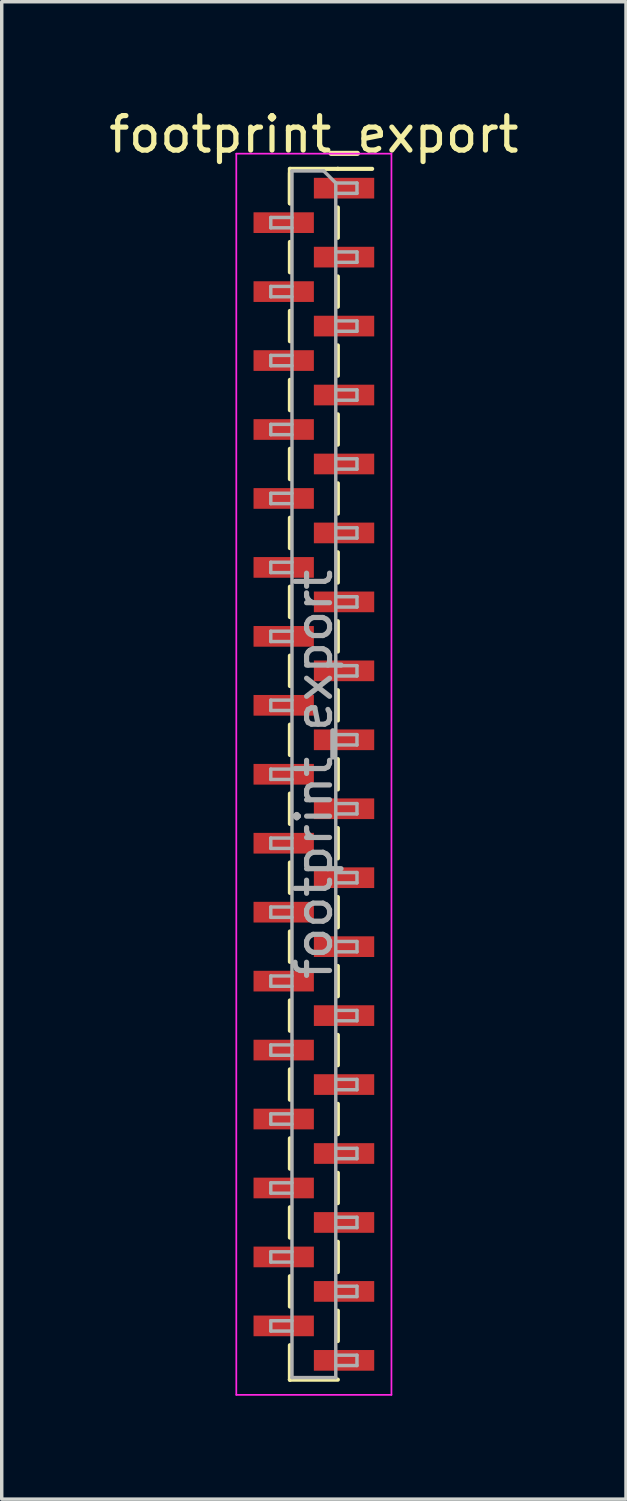
<source format=kicad_pcb>
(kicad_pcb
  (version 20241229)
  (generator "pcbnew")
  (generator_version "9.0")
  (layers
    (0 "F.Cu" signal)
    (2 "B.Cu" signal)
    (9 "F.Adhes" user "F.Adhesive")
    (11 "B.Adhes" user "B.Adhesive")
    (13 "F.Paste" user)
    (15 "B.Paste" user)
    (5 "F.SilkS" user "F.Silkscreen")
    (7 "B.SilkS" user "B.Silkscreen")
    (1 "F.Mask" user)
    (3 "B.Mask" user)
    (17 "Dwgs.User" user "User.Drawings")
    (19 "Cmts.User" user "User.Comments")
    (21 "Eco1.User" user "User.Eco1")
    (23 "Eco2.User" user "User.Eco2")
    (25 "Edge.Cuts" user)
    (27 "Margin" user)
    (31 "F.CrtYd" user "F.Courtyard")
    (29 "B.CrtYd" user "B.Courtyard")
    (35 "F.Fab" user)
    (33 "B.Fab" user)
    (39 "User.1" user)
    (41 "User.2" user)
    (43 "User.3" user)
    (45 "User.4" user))
  (footprint "footprint_export"
    (layer "F.Cu")
    (at 6.054 19.408)
    (property "Reference" "footprint_export" (at 0 -18.56 0) (layer "F.SilkS") (effects (font (size 1 1) (thickness 0.15))))
    (attr smd)
    (fp_line (start -0.695 -17.56) (end -0.695 -16.56) (stroke (width 0.12) (type solid)) (layer "F.SilkS"))
    (fp_line (start -0.695 -17.56) (end 0.695 -17.56) (stroke (width 0.12) (type solid)) (layer "F.SilkS"))
    (fp_line (start -0.695 -17.44) (end -0.695 -16.56) (stroke (width 0.12) (type solid)) (layer "F.SilkS"))
    (fp_line (start -0.695 -15.44) (end -0.695 -14.56) (stroke (width 0.12) (type solid)) (layer "F.SilkS"))
    (fp_line (start -0.695 -13.44) (end -0.695 -12.56) (stroke (width 0.12) (type solid)) (layer "F.SilkS"))
    (fp_line (start -0.695 -11.44) (end -0.695 -10.56) (stroke (width 0.12) (type solid)) (layer "F.SilkS"))
    (fp_line (start -0.695 -9.44) (end -0.695 -8.56) (stroke (width 0.12) (type solid)) (layer "F.SilkS"))
    (fp_line (start -0.695 -7.44) (end -0.695 -6.56) (stroke (width 0.12) (type solid)) (layer "F.SilkS"))
    (fp_line (start -0.695 -5.44) (end -0.695 -4.56) (stroke (width 0.12) (type solid)) (layer "F.SilkS"))
    (fp_line (start -0.695 -3.44) (end -0.695 -2.56) (stroke (width 0.12) (type solid)) (layer "F.SilkS"))
    (fp_line (start -0.695 -1.44) (end -0.695 -0.56) (stroke (width 0.12) (type solid)) (layer "F.SilkS"))
    (fp_line (start -0.695 0.56) (end -0.695 1.44) (stroke (width 0.12) (type solid)) (layer "F.SilkS"))
    (fp_line (start -0.695 2.56) (end -0.695 3.44) (stroke (width 0.12) (type solid)) (layer "F.SilkS"))
    (fp_line (start -0.695 4.56) (end -0.695 5.44) (stroke (width 0.12) (type solid)) (layer "F.SilkS"))
    (fp_line (start -0.695 6.56) (end -0.695 7.44) (stroke (width 0.12) (type solid)) (layer "F.SilkS"))
    (fp_line (start -0.695 8.56) (end -0.695 9.44) (stroke (width 0.12) (type solid)) (layer "F.SilkS"))
    (fp_line (start -0.695 10.56) (end -0.695 11.44) (stroke (width 0.12) (type solid)) (layer "F.SilkS"))
    (fp_line (start -0.695 12.56) (end -0.695 13.44) (stroke (width 0.12) (type solid)) (layer "F.SilkS"))
    (fp_line (start -0.695 14.56) (end -0.695 15.44) (stroke (width 0.12) (type solid)) (layer "F.SilkS"))
    (fp_line (start -0.695 16.56) (end -0.695 17.56) (stroke (width 0.12) (type solid)) (layer "F.SilkS"))
    (fp_line (start -0.695 17.56) (end -0.695 17.56) (stroke (width 0.12) (type solid)) (layer "F.SilkS"))
    (fp_line (start -0.695 17.56) (end 0.695 17.56) (stroke (width 0.12) (type solid)) (layer "F.SilkS"))
    (fp_line (start 0.695 -17.56) (end 0.695 -17.56) (stroke (width 0.12) (type solid)) (layer "F.SilkS"))
    (fp_line (start 0.695 -17.56) (end 1.69 -17.56) (stroke (width 0.12) (type solid)) (layer "F.SilkS"))
    (fp_line (start 0.695 -16.44) (end 0.695 -15.56) (stroke (width 0.12) (type solid)) (layer "F.SilkS"))
    (fp_line (start 0.695 -14.44) (end 0.695 -13.56) (stroke (width 0.12) (type solid)) (layer "F.SilkS"))
    (fp_line (start 0.695 -12.44) (end 0.695 -11.56) (stroke (width 0.12) (type solid)) (layer "F.SilkS"))
    (fp_line (start 0.695 -10.44) (end 0.695 -9.56) (stroke (width 0.12) (type solid)) (layer "F.SilkS"))
    (fp_line (start 0.695 -8.44) (end 0.695 -7.56) (stroke (width 0.12) (type solid)) (layer "F.SilkS"))
    (fp_line (start 0.695 -6.44) (end 0.695 -5.56) (stroke (width 0.12) (type solid)) (layer "F.SilkS"))
    (fp_line (start 0.695 -4.44) (end 0.695 -3.56) (stroke (width 0.12) (type solid)) (layer "F.SilkS"))
    (fp_line (start 0.695 -2.44) (end 0.695 -1.56) (stroke (width 0.12) (type solid)) (layer "F.SilkS"))
    (fp_line (start 0.695 -0.44) (end 0.695 0.44) (stroke (width 0.12) (type solid)) (layer "F.SilkS"))
    (fp_line (start 0.695 1.56) (end 0.695 2.44) (stroke (width 0.12) (type solid)) (layer "F.SilkS"))
    (fp_line (start 0.695 3.56) (end 0.695 4.44) (stroke (width 0.12) (type solid)) (layer "F.SilkS"))
    (fp_line (start 0.695 5.56) (end 0.695 6.44) (stroke (width 0.12) (type solid)) (layer "F.SilkS"))
    (fp_line (start 0.695 7.56) (end 0.695 8.44) (stroke (width 0.12) (type solid)) (layer "F.SilkS"))
    (fp_line (start 0.695 9.56) (end 0.695 10.44) (stroke (width 0.12) (type solid)) (layer "F.SilkS"))
    (fp_line (start 0.695 11.56) (end 0.695 12.44) (stroke (width 0.12) (type solid)) (layer "F.SilkS"))
    (fp_line (start 0.695 13.56) (end 0.695 14.44) (stroke (width 0.12) (type solid)) (layer "F.SilkS"))
    (fp_line (start 0.695 15.56) (end 0.695 16.44) (stroke (width 0.12) (type solid)) (layer "F.SilkS"))
    (fp_line (start -2.25 -18) (end -2.25 18) (stroke (width 0.05) (type solid)) (layer "F.CrtYd"))
    (fp_line (start -2.25 18) (end 2.25 18) (stroke (width 0.05) (type solid)) (layer "F.CrtYd"))
    (fp_line (start 2.25 -18) (end -2.25 -18) (stroke (width 0.05) (type solid)) (layer "F.CrtYd"))
    (fp_line (start 2.25 18) (end 2.25 -18) (stroke (width 0.05) (type solid)) (layer "F.CrtYd"))
    (fp_line (start -1.25 -16.15) (end -1.25 -15.85) (stroke (width 0.1) (type solid)) (layer "F.Fab"))
    (fp_line (start -1.25 -15.85) (end -0.635 -15.85) (stroke (width 0.1) (type solid)) (layer "F.Fab"))
    (fp_line (start -1.25 -14.15) (end -1.25 -13.85) (stroke (width 0.1) (type solid)) (layer "F.Fab"))
    (fp_line (start -1.25 -13.85) (end -0.635 -13.85) (stroke (width 0.1) (type solid)) (layer "F.Fab"))
    (fp_line (start -1.25 -12.15) (end -1.25 -11.85) (stroke (width 0.1) (type solid)) (layer "F.Fab"))
    (fp_line (start -1.25 -11.85) (end -0.635 -11.85) (stroke (width 0.1) (type solid)) (layer "F.Fab"))
    (fp_line (start -1.25 -10.15) (end -1.25 -9.85) (stroke (width 0.1) (type solid)) (layer "F.Fab"))
    (fp_line (start -1.25 -9.85) (end -0.635 -9.85) (stroke (width 0.1) (type solid)) (layer "F.Fab"))
    (fp_line (start -1.25 -8.15) (end -1.25 -7.85) (stroke (width 0.1) (type solid)) (layer "F.Fab"))
    (fp_line (start -1.25 -7.85) (end -0.635 -7.85) (stroke (width 0.1) (type solid)) (layer "F.Fab"))
    (fp_line (start -1.25 -6.15) (end -1.25 -5.85) (stroke (width 0.1) (type solid)) (layer "F.Fab"))
    (fp_line (start -1.25 -5.85) (end -0.635 -5.85) (stroke (width 0.1) (type solid)) (layer "F.Fab"))
    (fp_line (start -1.25 -4.15) (end -1.25 -3.85) (stroke (width 0.1) (type solid)) (layer "F.Fab"))
    (fp_line (start -1.25 -3.85) (end -0.635 -3.85) (stroke (width 0.1) (type solid)) (layer "F.Fab"))
    (fp_line (start -1.25 -2.15) (end -1.25 -1.85) (stroke (width 0.1) (type solid)) (layer "F.Fab"))
    (fp_line (start -1.25 -1.85) (end -0.635 -1.85) (stroke (width 0.1) (type solid)) (layer "F.Fab"))
    (fp_line (start -1.25 -0.15) (end -1.25 0.15) (stroke (width 0.1) (type solid)) (layer "F.Fab"))
    (fp_line (start -1.25 0.15) (end -0.635 0.15) (stroke (width 0.1) (type solid)) (layer "F.Fab"))
    (fp_line (start -1.25 1.85) (end -1.25 2.15) (stroke (width 0.1) (type solid)) (layer "F.Fab"))
    (fp_line (start -1.25 2.15) (end -0.635 2.15) (stroke (width 0.1) (type solid)) (layer "F.Fab"))
    (fp_line (start -1.25 3.85) (end -1.25 4.15) (stroke (width 0.1) (type solid)) (layer "F.Fab"))
    (fp_line (start -1.25 4.15) (end -0.635 4.15) (stroke (width 0.1) (type solid)) (layer "F.Fab"))
    (fp_line (start -1.25 5.85) (end -1.25 6.15) (stroke (width 0.1) (type solid)) (layer "F.Fab"))
    (fp_line (start -1.25 6.15) (end -0.635 6.15) (stroke (width 0.1) (type solid)) (layer "F.Fab"))
    (fp_line (start -1.25 7.85) (end -1.25 8.15) (stroke (width 0.1) (type solid)) (layer "F.Fab"))
    (fp_line (start -1.25 8.15) (end -0.635 8.15) (stroke (width 0.1) (type solid)) (layer "F.Fab"))
    (fp_line (start -1.25 9.85) (end -1.25 10.15) (stroke (width 0.1) (type solid)) (layer "F.Fab"))
    (fp_line (start -1.25 10.15) (end -0.635 10.15) (stroke (width 0.1) (type solid)) (layer "F.Fab"))
    (fp_line (start -1.25 11.85) (end -1.25 12.15) (stroke (width 0.1) (type solid)) (layer "F.Fab"))
    (fp_line (start -1.25 12.15) (end -0.635 12.15) (stroke (width 0.1) (type solid)) (layer "F.Fab"))
    (fp_line (start -1.25 13.85) (end -1.25 14.15) (stroke (width 0.1) (type solid)) (layer "F.Fab"))
    (fp_line (start -1.25 14.15) (end -0.635 14.15) (stroke (width 0.1) (type solid)) (layer "F.Fab"))
    (fp_line (start -1.25 15.85) (end -1.25 16.15) (stroke (width 0.1) (type solid)) (layer "F.Fab"))
    (fp_line (start -1.25 16.15) (end -0.635 16.15) (stroke (width 0.1) (type solid)) (layer "F.Fab"))
    (fp_line (start -0.635 -17.5) (end -0.635 17.5) (stroke (width 0.1) (type solid)) (layer "F.Fab"))
    (fp_line (start -0.635 -17.5) (end 0.285 -17.5) (stroke (width 0.1) (type solid)) (layer "F.Fab"))
    (fp_line (start -0.635 -16.15) (end -1.25 -16.15) (stroke (width 0.1) (type solid)) (layer "F.Fab"))
    (fp_line (start -0.635 -14.15) (end -1.25 -14.15) (stroke (width 0.1) (type solid)) (layer "F.Fab"))
    (fp_line (start -0.635 -12.15) (end -1.25 -12.15) (stroke (width 0.1) (type solid)) (layer "F.Fab"))
    (fp_line (start -0.635 -10.15) (end -1.25 -10.15) (stroke (width 0.1) (type solid)) (layer "F.Fab"))
    (fp_line (start -0.635 -8.15) (end -1.25 -8.15) (stroke (width 0.1) (type solid)) (layer "F.Fab"))
    (fp_line (start -0.635 -6.15) (end -1.25 -6.15) (stroke (width 0.1) (type solid)) (layer "F.Fab"))
    (fp_line (start -0.635 -4.15) (end -1.25 -4.15) (stroke (width 0.1) (type solid)) (layer "F.Fab"))
    (fp_line (start -0.635 -2.15) (end -1.25 -2.15) (stroke (width 0.1) (type solid)) (layer "F.Fab"))
    (fp_line (start -0.635 -0.15) (end -1.25 -0.15) (stroke (width 0.1) (type solid)) (layer "F.Fab"))
    (fp_line (start -0.635 1.85) (end -1.25 1.85) (stroke (width 0.1) (type solid)) (layer "F.Fab"))
    (fp_line (start -0.635 3.85) (end -1.25 3.85) (stroke (width 0.1) (type solid)) (layer "F.Fab"))
    (fp_line (start -0.635 5.85) (end -1.25 5.85) (stroke (width 0.1) (type solid)) (layer "F.Fab"))
    (fp_line (start -0.635 7.85) (end -1.25 7.85) (stroke (width 0.1) (type solid)) (layer "F.Fab"))
    (fp_line (start -0.635 9.85) (end -1.25 9.85) (stroke (width 0.1) (type solid)) (layer "F.Fab"))
    (fp_line (start -0.635 11.85) (end -1.25 11.85) (stroke (width 0.1) (type solid)) (layer "F.Fab"))
    (fp_line (start -0.635 13.85) (end -1.25 13.85) (stroke (width 0.1) (type solid)) (layer "F.Fab"))
    (fp_line (start -0.635 15.85) (end -1.25 15.85) (stroke (width 0.1) (type solid)) (layer "F.Fab"))
    (fp_line (start 0.635 -17.15) (end 0.285 -17.5) (stroke (width 0.1) (type solid)) (layer "F.Fab"))
    (fp_line (start 0.635 -17.15) (end 1.25 -17.15) (stroke (width 0.1) (type solid)) (layer "F.Fab"))
    (fp_line (start 0.635 -15.15) (end 1.25 -15.15) (stroke (width 0.1) (type solid)) (layer "F.Fab"))
    (fp_line (start 0.635 -13.15) (end 1.25 -13.15) (stroke (width 0.1) (type solid)) (layer "F.Fab"))
    (fp_line (start 0.635 -11.15) (end 1.25 -11.15) (stroke (width 0.1) (type solid)) (layer "F.Fab"))
    (fp_line (start 0.635 -9.15) (end 1.25 -9.15) (stroke (width 0.1) (type solid)) (layer "F.Fab"))
    (fp_line (start 0.635 -7.15) (end 1.25 -7.15) (stroke (width 0.1) (type solid)) (layer "F.Fab"))
    (fp_line (start 0.635 -5.15) (end 1.25 -5.15) (stroke (width 0.1) (type solid)) (layer "F.Fab"))
    (fp_line (start 0.635 -3.15) (end 1.25 -3.15) (stroke (width 0.1) (type solid)) (layer "F.Fab"))
    (fp_line (start 0.635 -1.15) (end 1.25 -1.15) (stroke (width 0.1) (type solid)) (layer "F.Fab"))
    (fp_line (start 0.635 0.85) (end 1.25 0.85) (stroke (width 0.1) (type solid)) (layer "F.Fab"))
    (fp_line (start 0.635 2.85) (end 1.25 2.85) (stroke (width 0.1) (type solid)) (layer "F.Fab"))
    (fp_line (start 0.635 4.85) (end 1.25 4.85) (stroke (width 0.1) (type solid)) (layer "F.Fab"))
    (fp_line (start 0.635 6.85) (end 1.25 6.85) (stroke (width 0.1) (type solid)) (layer "F.Fab"))
    (fp_line (start 0.635 8.85) (end 1.25 8.85) (stroke (width 0.1) (type solid)) (layer "F.Fab"))
    (fp_line (start 0.635 10.85) (end 1.25 10.85) (stroke (width 0.1) (type solid)) (layer "F.Fab"))
    (fp_line (start 0.635 12.85) (end 1.25 12.85) (stroke (width 0.1) (type solid)) (layer "F.Fab"))
    (fp_line (start 0.635 14.85) (end 1.25 14.85) (stroke (width 0.1) (type solid)) (layer "F.Fab"))
    (fp_line (start 0.635 16.85) (end 1.25 16.85) (stroke (width 0.1) (type solid)) (layer "F.Fab"))
    (fp_line (start 0.635 17.5) (end -0.635 17.5) (stroke (width 0.1) (type solid)) (layer "F.Fab"))
    (fp_line (start 0.635 17.5) (end 0.635 -17.15) (stroke (width 0.1) (type solid)) (layer "F.Fab"))
    (fp_line (start 1.25 -17.15) (end 1.25 -16.85) (stroke (width 0.1) (type solid)) (layer "F.Fab"))
    (fp_line (start 1.25 -16.85) (end 0.635 -16.85) (stroke (width 0.1) (type solid)) (layer "F.Fab"))
    (fp_line (start 1.25 -15.15) (end 1.25 -14.85) (stroke (width 0.1) (type solid)) (layer "F.Fab"))
    (fp_line (start 1.25 -14.85) (end 0.635 -14.85) (stroke (width 0.1) (type solid)) (layer "F.Fab"))
    (fp_line (start 1.25 -13.15) (end 1.25 -12.85) (stroke (width 0.1) (type solid)) (layer "F.Fab"))
    (fp_line (start 1.25 -12.85) (end 0.635 -12.85) (stroke (width 0.1) (type solid)) (layer "F.Fab"))
    (fp_line (start 1.25 -11.15) (end 1.25 -10.85) (stroke (width 0.1) (type solid)) (layer "F.Fab"))
    (fp_line (start 1.25 -10.85) (end 0.635 -10.85) (stroke (width 0.1) (type solid)) (layer "F.Fab"))
    (fp_line (start 1.25 -9.15) (end 1.25 -8.85) (stroke (width 0.1) (type solid)) (layer "F.Fab"))
    (fp_line (start 1.25 -8.85) (end 0.635 -8.85) (stroke (width 0.1) (type solid)) (layer "F.Fab"))
    (fp_line (start 1.25 -7.15) (end 1.25 -6.85) (stroke (width 0.1) (type solid)) (layer "F.Fab"))
    (fp_line (start 1.25 -6.85) (end 0.635 -6.85) (stroke (width 0.1) (type solid)) (layer "F.Fab"))
    (fp_line (start 1.25 -5.15) (end 1.25 -4.85) (stroke (width 0.1) (type solid)) (layer "F.Fab"))
    (fp_line (start 1.25 -4.85) (end 0.635 -4.85) (stroke (width 0.1) (type solid)) (layer "F.Fab"))
    (fp_line (start 1.25 -3.15) (end 1.25 -2.85) (stroke (width 0.1) (type solid)) (layer "F.Fab"))
    (fp_line (start 1.25 -2.85) (end 0.635 -2.85) (stroke (width 0.1) (type solid)) (layer "F.Fab"))
    (fp_line (start 1.25 -1.15) (end 1.25 -0.85) (stroke (width 0.1) (type solid)) (layer "F.Fab"))
    (fp_line (start 1.25 -0.85) (end 0.635 -0.85) (stroke (width 0.1) (type solid)) (layer "F.Fab"))
    (fp_line (start 1.25 0.85) (end 1.25 1.15) (stroke (width 0.1) (type solid)) (layer "F.Fab"))
    (fp_line (start 1.25 1.15) (end 0.635 1.15) (stroke (width 0.1) (type solid)) (layer "F.Fab"))
    (fp_line (start 1.25 2.85) (end 1.25 3.15) (stroke (width 0.1) (type solid)) (layer "F.Fab"))
    (fp_line (start 1.25 3.15) (end 0.635 3.15) (stroke (width 0.1) (type solid)) (layer "F.Fab"))
    (fp_line (start 1.25 4.85) (end 1.25 5.15) (stroke (width 0.1) (type solid)) (layer "F.Fab"))
    (fp_line (start 1.25 5.15) (end 0.635 5.15) (stroke (width 0.1) (type solid)) (layer "F.Fab"))
    (fp_line (start 1.25 6.85) (end 1.25 7.15) (stroke (width 0.1) (type solid)) (layer "F.Fab"))
    (fp_line (start 1.25 7.15) (end 0.635 7.15) (stroke (width 0.1) (type solid)) (layer "F.Fab"))
    (fp_line (start 1.25 8.85) (end 1.25 9.15) (stroke (width 0.1) (type solid)) (layer "F.Fab"))
    (fp_line (start 1.25 9.15) (end 0.635 9.15) (stroke (width 0.1) (type solid)) (layer "F.Fab"))
    (fp_line (start 1.25 10.85) (end 1.25 11.15) (stroke (width 0.1) (type solid)) (layer "F.Fab"))
    (fp_line (start 1.25 11.15) (end 0.635 11.15) (stroke (width 0.1) (type solid)) (layer "F.Fab"))
    (fp_line (start 1.25 12.85) (end 1.25 13.15) (stroke (width 0.1) (type solid)) (layer "F.Fab"))
    (fp_line (start 1.25 13.15) (end 0.635 13.15) (stroke (width 0.1) (type solid)) (layer "F.Fab"))
    (fp_line (start 1.25 14.85) (end 1.25 15.15) (stroke (width 0.1) (type solid)) (layer "F.Fab"))
    (fp_line (start 1.25 15.15) (end 0.635 15.15) (stroke (width 0.1) (type solid)) (layer "F.Fab"))
    (fp_line (start 1.25 16.85) (end 1.25 17.15) (stroke (width 0.1) (type solid)) (layer "F.Fab"))
    (fp_line (start 1.25 17.15) (end 0.635 17.15) (stroke (width 0.1) (type solid)) (layer "F.Fab"))
    (fp_text user "${REFERENCE}" (at 0 0 90) (layer "F.Fab") (effects (font (size 1 1) (thickness 0.15))))
    (pad "1" smd rect (at 0.875 -17) (size 1.75 0.6) (layers "F.Cu" "F.Mask" "F.Paste"))
    (pad "2" smd rect (at -0.875 -16) (size 1.75 0.6) (layers "F.Cu" "F.Mask" "F.Paste"))
    (pad "3" smd rect (at 0.875 -15) (size 1.75 0.6) (layers "F.Cu" "F.Mask" "F.Paste"))
    (pad "4" smd rect (at -0.875 -14) (size 1.75 0.6) (layers "F.Cu" "F.Mask" "F.Paste"))
    (pad "5" smd rect (at 0.875 -13) (size 1.75 0.6) (layers "F.Cu" "F.Mask" "F.Paste"))
    (pad "6" smd rect (at -0.875 -12) (size 1.75 0.6) (layers "F.Cu" "F.Mask" "F.Paste"))
    (pad "7" smd rect (at 0.875 -11) (size 1.75 0.6) (layers "F.Cu" "F.Mask" "F.Paste"))
    (pad "8" smd rect (at -0.875 -10) (size 1.75 0.6) (layers "F.Cu" "F.Mask" "F.Paste"))
    (pad "9" smd rect (at 0.875 -9) (size 1.75 0.6) (layers "F.Cu" "F.Mask" "F.Paste"))
    (pad "10" smd rect (at -0.875 -8) (size 1.75 0.6) (layers "F.Cu" "F.Mask" "F.Paste"))
    (pad "11" smd rect (at 0.875 -7) (size 1.75 0.6) (layers "F.Cu" "F.Mask" "F.Paste"))
    (pad "12" smd rect (at -0.875 -6) (size 1.75 0.6) (layers "F.Cu" "F.Mask" "F.Paste"))
    (pad "13" smd rect (at 0.875 -5) (size 1.75 0.6) (layers "F.Cu" "F.Mask" "F.Paste"))
    (pad "14" smd rect (at -0.875 -4) (size 1.75 0.6) (layers "F.Cu" "F.Mask" "F.Paste"))
    (pad "15" smd rect (at 0.875 -3) (size 1.75 0.6) (layers "F.Cu" "F.Mask" "F.Paste"))
    (pad "16" smd rect (at -0.875 -2) (size 1.75 0.6) (layers "F.Cu" "F.Mask" "F.Paste"))
    (pad "17" smd rect (at 0.875 -1) (size 1.75 0.6) (layers "F.Cu" "F.Mask" "F.Paste"))
    (pad "18" smd rect (at -0.875 0) (size 1.75 0.6) (layers "F.Cu" "F.Mask" "F.Paste"))
    (pad "19" smd rect (at 0.875 1) (size 1.75 0.6) (layers "F.Cu" "F.Mask" "F.Paste"))
    (pad "20" smd rect (at -0.875 2) (size 1.75 0.6) (layers "F.Cu" "F.Mask" "F.Paste"))
    (pad "21" smd rect (at 0.875 3) (size 1.75 0.6) (layers "F.Cu" "F.Mask" "F.Paste"))
    (pad "22" smd rect (at -0.875 4) (size 1.75 0.6) (layers "F.Cu" "F.Mask" "F.Paste"))
    (pad "23" smd rect (at 0.875 5) (size 1.75 0.6) (layers "F.Cu" "F.Mask" "F.Paste"))
    (pad "24" smd rect (at -0.875 6) (size 1.75 0.6) (layers "F.Cu" "F.Mask" "F.Paste"))
    (pad "25" smd rect (at 0.875 7) (size 1.75 0.6) (layers "F.Cu" "F.Mask" "F.Paste"))
    (pad "26" smd rect (at -0.875 8) (size 1.75 0.6) (layers "F.Cu" "F.Mask" "F.Paste"))
    (pad "27" smd rect (at 0.875 9) (size 1.75 0.6) (layers "F.Cu" "F.Mask" "F.Paste"))
    (pad "28" smd rect (at -0.875 10) (size 1.75 0.6) (layers "F.Cu" "F.Mask" "F.Paste"))
    (pad "29" smd rect (at 0.875 11) (size 1.75 0.6) (layers "F.Cu" "F.Mask" "F.Paste"))
    (pad "30" smd rect (at -0.875 12) (size 1.75 0.6) (layers "F.Cu" "F.Mask" "F.Paste"))
    (pad "31" smd rect (at 0.875 13) (size 1.75 0.6) (layers "F.Cu" "F.Mask" "F.Paste"))
    (pad "32" smd rect (at -0.875 14) (size 1.75 0.6) (layers "F.Cu" "F.Mask" "F.Paste"))
    (pad "33" smd rect (at 0.875 15) (size 1.75 0.6) (layers "F.Cu" "F.Mask" "F.Paste"))
    (pad "34" smd rect (at -0.875 16) (size 1.75 0.6) (layers "F.Cu" "F.Mask" "F.Paste"))
    (pad "35" smd rect (at 0.875 17) (size 1.75 0.6) (layers "F.Cu" "F.Mask" "F.Paste")))
  (gr_rect
    (start -3 -3)
    (end 15.107 40.433)
    (stroke (width 0.1) (type default))
    (fill no)
    (layer "Edge.Cuts")))
</source>
